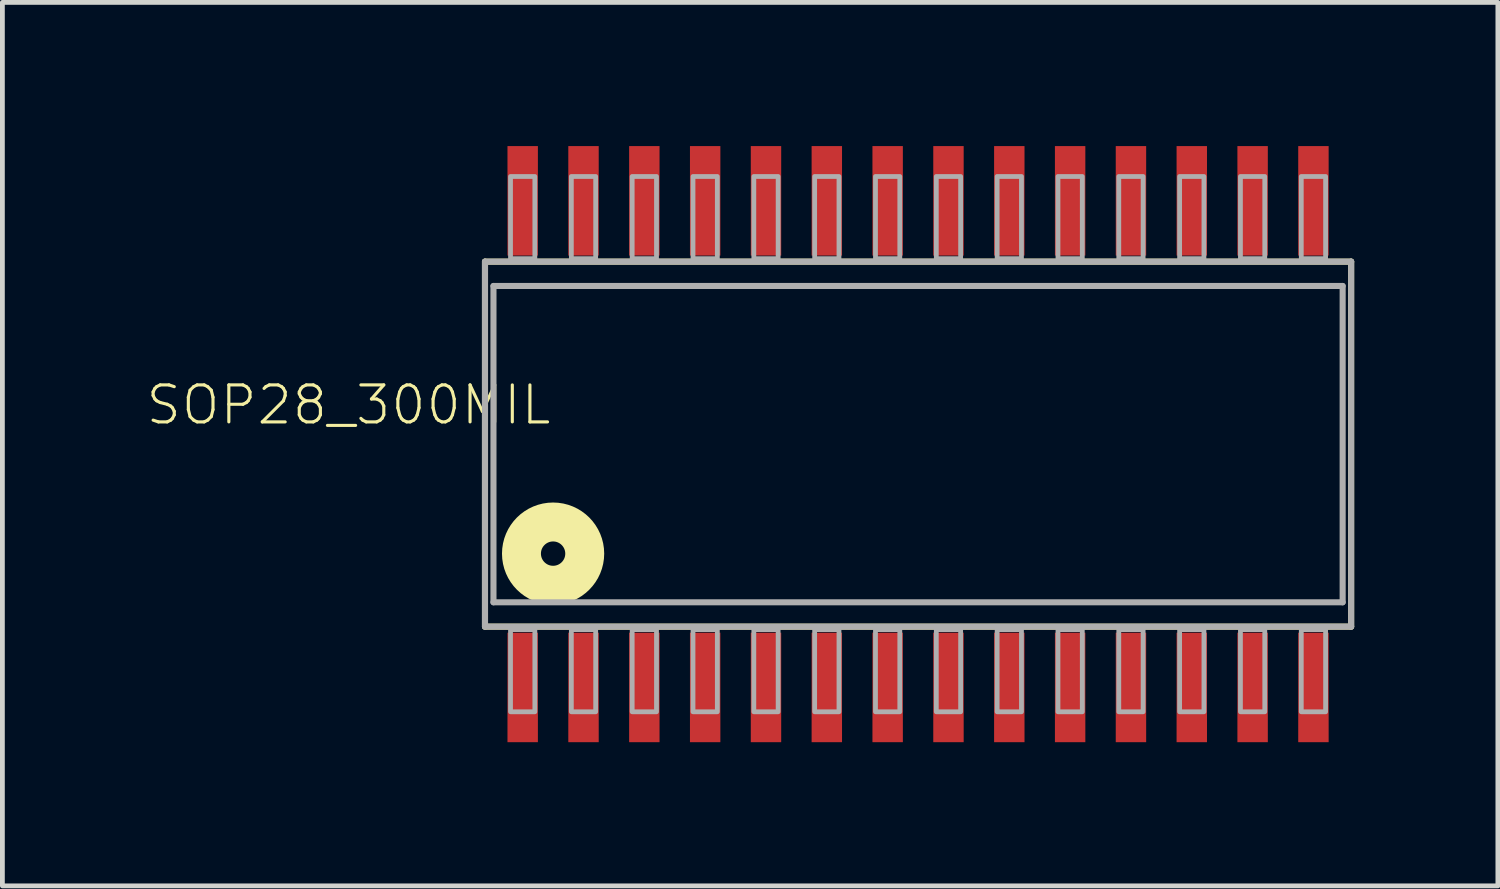
<source format=kicad_pcb>
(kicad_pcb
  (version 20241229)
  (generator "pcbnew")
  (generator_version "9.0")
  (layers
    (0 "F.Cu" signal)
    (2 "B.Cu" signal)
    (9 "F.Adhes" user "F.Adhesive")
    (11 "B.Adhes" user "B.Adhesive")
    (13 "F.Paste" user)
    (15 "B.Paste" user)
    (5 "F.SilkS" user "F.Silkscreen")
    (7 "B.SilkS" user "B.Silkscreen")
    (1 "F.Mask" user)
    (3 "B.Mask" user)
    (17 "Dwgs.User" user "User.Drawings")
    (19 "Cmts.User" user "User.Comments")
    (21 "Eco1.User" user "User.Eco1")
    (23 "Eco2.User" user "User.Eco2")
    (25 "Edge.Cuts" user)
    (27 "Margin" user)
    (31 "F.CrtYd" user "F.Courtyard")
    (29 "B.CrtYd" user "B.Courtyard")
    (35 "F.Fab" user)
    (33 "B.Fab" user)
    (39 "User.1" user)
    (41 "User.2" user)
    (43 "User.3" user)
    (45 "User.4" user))
  (footprint "SOP28_300MIL"
    (layer "F.Cu")
    (at 16.118 6.223)
    (property "Reference" "SOP28_300MIL" (at -7.62 -1.27 0) (layer "F.SilkS") (effects (font (size 0.772 0.772) (thickness 0.065)) (justify right top)))
    (attr through_hole)
    (fp_line (start -9.042 -3.81) (end -9.042 3.81) (stroke (width 0.127) (type solid)) (layer "F.SilkS"))
    (fp_line (start -9.042 3.81) (end 9.042 3.81) (stroke (width 0.127) (type solid)) (layer "F.SilkS"))
    (fp_line (start 9.042 -3.81) (end -9.042 -3.81) (stroke (width 0.127) (type solid)) (layer "F.SilkS"))
    (fp_line (start 9.042 3.81) (end 9.042 -3.81) (stroke (width 0.127) (type solid)) (layer "F.SilkS"))
    (fp_circle (center -7.62 2.286) (end -7.366 2.286) (stroke (width 0.813) (type solid)) (fill no) (layer "F.SilkS"))
    (fp_line (start -9.042 -3.81) (end -9.042 3.81) (stroke (width 0.127) (type solid)) (layer "F.Fab"))
    (fp_line (start -9.042 3.81) (end 9.042 3.81) (stroke (width 0.127) (type solid)) (layer "F.Fab"))
    (fp_line (start -8.865 -3.302) (end -8.865 3.302) (stroke (width 0.127) (type solid)) (layer "F.Fab"))
    (fp_line (start -8.865 3.302) (end 8.865 3.302) (stroke (width 0.127) (type solid)) (layer "F.Fab"))
    (fp_line (start 8.865 -3.302) (end -8.865 -3.302) (stroke (width 0.127) (type solid)) (layer "F.Fab"))
    (fp_line (start 8.865 3.302) (end 8.865 -3.302) (stroke (width 0.127) (type solid)) (layer "F.Fab"))
    (fp_line (start 9.042 -3.81) (end -9.042 -3.81) (stroke (width 0.127) (type solid)) (layer "F.Fab"))
    (fp_line (start 9.042 3.81) (end 9.042 -3.81) (stroke (width 0.127) (type solid)) (layer "F.Fab"))
    (fp_poly (pts (xy -8.509 5.588) (xy -8.001 5.588) (xy -8.001 3.873) (xy -8.509 3.873)) (stroke (width 0.1) (type solid)) (fill no) (layer "F.Fab"))
    (fp_poly (pts (xy -8.001 -5.588) (xy -8.509 -5.588) (xy -8.509 -3.873) (xy -8.001 -3.873)) (stroke (width 0.1) (type solid)) (fill no) (layer "F.Fab"))
    (fp_poly (pts (xy -7.239 5.588) (xy -6.731 5.588) (xy -6.731 3.873) (xy -7.239 3.873)) (stroke (width 0.1) (type solid)) (fill no) (layer "F.Fab"))
    (fp_poly (pts (xy -6.731 -5.588) (xy -7.239 -5.588) (xy -7.239 -3.873) (xy -6.731 -3.873)) (stroke (width 0.1) (type solid)) (fill no) (layer "F.Fab"))
    (fp_poly (pts (xy -5.969 5.588) (xy -5.461 5.588) (xy -5.461 3.873) (xy -5.969 3.873)) (stroke (width 0.1) (type solid)) (fill no) (layer "F.Fab"))
    (fp_poly (pts (xy -5.461 -5.588) (xy -5.969 -5.588) (xy -5.969 -3.873) (xy -5.461 -3.873)) (stroke (width 0.1) (type solid)) (fill no) (layer "F.Fab"))
    (fp_poly (pts (xy -4.699 5.588) (xy -4.191 5.588) (xy -4.191 3.873) (xy -4.699 3.873)) (stroke (width 0.1) (type solid)) (fill no) (layer "F.Fab"))
    (fp_poly (pts (xy -4.191 -5.588) (xy -4.699 -5.588) (xy -4.699 -3.873) (xy -4.191 -3.873)) (stroke (width 0.1) (type solid)) (fill no) (layer "F.Fab"))
    (fp_poly (pts (xy -3.429 5.588) (xy -2.921 5.588) (xy -2.921 3.873) (xy -3.429 3.873)) (stroke (width 0.1) (type solid)) (fill no) (layer "F.Fab"))
    (fp_poly (pts (xy -2.921 -5.588) (xy -3.429 -5.588) (xy -3.429 -3.873) (xy -2.921 -3.873)) (stroke (width 0.1) (type solid)) (fill no) (layer "F.Fab"))
    (fp_poly (pts (xy -2.159 5.588) (xy -1.651 5.588) (xy -1.651 3.873) (xy -2.159 3.873)) (stroke (width 0.1) (type solid)) (fill no) (layer "F.Fab"))
    (fp_poly (pts (xy -1.651 -5.588) (xy -2.159 -5.588) (xy -2.159 -3.873) (xy -1.651 -3.873)) (stroke (width 0.1) (type solid)) (fill no) (layer "F.Fab"))
    (fp_poly (pts (xy -0.889 5.588) (xy -0.381 5.588) (xy -0.381 3.873) (xy -0.889 3.873)) (stroke (width 0.1) (type solid)) (fill no) (layer "F.Fab"))
    (fp_poly (pts (xy -0.381 -5.588) (xy -0.889 -5.588) (xy -0.889 -3.873) (xy -0.381 -3.873)) (stroke (width 0.1) (type solid)) (fill no) (layer "F.Fab"))
    (fp_poly (pts (xy 0.381 5.588) (xy 0.889 5.588) (xy 0.889 3.873) (xy 0.381 3.873)) (stroke (width 0.1) (type solid)) (fill no) (layer "F.Fab"))
    (fp_poly (pts (xy 0.889 -5.588) (xy 0.381 -5.588) (xy 0.381 -3.873) (xy 0.889 -3.873)) (stroke (width 0.1) (type solid)) (fill no) (layer "F.Fab"))
    (fp_poly (pts (xy 1.651 5.588) (xy 2.159 5.588) (xy 2.159 3.873) (xy 1.651 3.873)) (stroke (width 0.1) (type solid)) (fill no) (layer "F.Fab"))
    (fp_poly (pts (xy 2.159 -5.588) (xy 1.651 -5.588) (xy 1.651 -3.873) (xy 2.159 -3.873)) (stroke (width 0.1) (type solid)) (fill no) (layer "F.Fab"))
    (fp_poly (pts (xy 2.921 5.588) (xy 3.429 5.588) (xy 3.429 3.873) (xy 2.921 3.873)) (stroke (width 0.1) (type solid)) (fill no) (layer "F.Fab"))
    (fp_poly (pts (xy 3.429 -5.588) (xy 2.921 -5.588) (xy 2.921 -3.873) (xy 3.429 -3.873)) (stroke (width 0.1) (type solid)) (fill no) (layer "F.Fab"))
    (fp_poly (pts (xy 4.191 5.588) (xy 4.699 5.588) (xy 4.699 3.873) (xy 4.191 3.873)) (stroke (width 0.1) (type solid)) (fill no) (layer "F.Fab"))
    (fp_poly (pts (xy 4.699 -5.588) (xy 4.191 -5.588) (xy 4.191 -3.873) (xy 4.699 -3.873)) (stroke (width 0.1) (type solid)) (fill no) (layer "F.Fab"))
    (fp_poly (pts (xy 5.461 5.588) (xy 5.969 5.588) (xy 5.969 3.873) (xy 5.461 3.873)) (stroke (width 0.1) (type solid)) (fill no) (layer "F.Fab"))
    (fp_poly (pts (xy 5.969 -5.588) (xy 5.461 -5.588) (xy 5.461 -3.873) (xy 5.969 -3.873)) (stroke (width 0.1) (type solid)) (fill no) (layer "F.Fab"))
    (fp_poly (pts (xy 6.731 5.588) (xy 7.239 5.588) (xy 7.239 3.873) (xy 6.731 3.873)) (stroke (width 0.1) (type solid)) (fill no) (layer "F.Fab"))
    (fp_poly (pts (xy 7.239 -5.588) (xy 6.731 -5.588) (xy 6.731 -3.873) (xy 7.239 -3.873)) (stroke (width 0.1) (type solid)) (fill no) (layer "F.Fab"))
    (fp_poly (pts (xy 8.001 5.588) (xy 8.509 5.588) (xy 8.509 3.873) (xy 8.001 3.873)) (stroke (width 0.1) (type solid)) (fill no) (layer "F.Fab"))
    (fp_poly (pts (xy 8.509 -5.588) (xy 8.001 -5.588) (xy 8.001 -3.873) (xy 8.509 -3.873)) (stroke (width 0.1) (type solid)) (fill no) (layer "F.Fab"))
    (pad "P$1" smd rect (at -8.255 5.08) (size 0.635 2.286) (layers "F.Cu" "F.Mask" "F.Paste"))
    (pad "P$2" smd rect (at -6.985 5.08) (size 0.635 2.286) (layers "F.Cu" "F.Mask" "F.Paste"))
    (pad "P$3" smd rect (at -5.715 5.08) (size 0.635 2.286) (layers "F.Cu" "F.Mask" "F.Paste"))
    (pad "P$4" smd rect (at -4.445 5.08) (size 0.635 2.286) (layers "F.Cu" "F.Mask" "F.Paste"))
    (pad "P$5" smd rect (at -3.175 5.08) (size 0.635 2.286) (layers "F.Cu" "F.Mask" "F.Paste"))
    (pad "P$6" smd rect (at -1.905 5.08) (size 0.635 2.286) (layers "F.Cu" "F.Mask" "F.Paste"))
    (pad "P$7" smd rect (at -0.635 5.08) (size 0.635 2.286) (layers "F.Cu" "F.Mask" "F.Paste"))
    (pad "P$8" smd rect (at 0.635 5.08) (size 0.635 2.286) (layers "F.Cu" "F.Mask" "F.Paste"))
    (pad "P$9" smd rect (at 1.905 5.08) (size 0.635 2.286) (layers "F.Cu" "F.Mask" "F.Paste"))
    (pad "P$10" smd rect (at 3.175 5.08) (size 0.635 2.286) (layers "F.Cu" "F.Mask" "F.Paste"))
    (pad "P$11" smd rect (at 4.445 5.08) (size 0.635 2.286) (layers "F.Cu" "F.Mask" "F.Paste"))
    (pad "P$12" smd rect (at 5.715 5.08) (size 0.635 2.286) (layers "F.Cu" "F.Mask" "F.Paste"))
    (pad "P$13" smd rect (at 6.985 5.08) (size 0.635 2.286) (layers "F.Cu" "F.Mask" "F.Paste"))
    (pad "P$14" smd rect (at 8.255 5.08) (size 0.635 2.286) (layers "F.Cu" "F.Mask" "F.Paste"))
    (pad "P$15" smd rect (at 8.255 -5.08 180) (size 0.635 2.286) (layers "F.Cu" "F.Mask" "F.Paste"))
    (pad "P$16" smd rect (at 6.985 -5.08 180) (size 0.635 2.286) (layers "F.Cu" "F.Mask" "F.Paste"))
    (pad "P$17" smd rect (at 5.715 -5.08 180) (size 0.635 2.286) (layers "F.Cu" "F.Mask" "F.Paste"))
    (pad "P$18" smd rect (at 4.445 -5.08 180) (size 0.635 2.286) (layers "F.Cu" "F.Mask" "F.Paste"))
    (pad "P$19" smd rect (at 3.175 -5.08 180) (size 0.635 2.286) (layers "F.Cu" "F.Mask" "F.Paste"))
    (pad "P$20" smd rect (at 1.905 -5.08 180) (size 0.635 2.286) (layers "F.Cu" "F.Mask" "F.Paste"))
    (pad "P$21" smd rect (at 0.635 -5.08 180) (size 0.635 2.286) (layers "F.Cu" "F.Mask" "F.Paste"))
    (pad "P$22" smd rect (at -0.635 -5.08 180) (size 0.635 2.286) (layers "F.Cu" "F.Mask" "F.Paste"))
    (pad "P$23" smd rect (at -1.905 -5.08 180) (size 0.635 2.286) (layers "F.Cu" "F.Mask" "F.Paste"))
    (pad "P$24" smd rect (at -3.175 -5.08 180) (size 0.635 2.286) (layers "F.Cu" "F.Mask" "F.Paste"))
    (pad "P$25" smd rect (at -4.445 -5.08 180) (size 0.635 2.286) (layers "F.Cu" "F.Mask" "F.Paste"))
    (pad "P$26" smd rect (at -5.715 -5.08 180) (size 0.635 2.286) (layers "F.Cu" "F.Mask" "F.Paste"))
    (pad "P$27" smd rect (at -6.985 -5.08 180) (size 0.635 2.286) (layers "F.Cu" "F.Mask" "F.Paste"))
    (pad "P$28" smd rect (at -8.255 -5.08 180) (size 0.635 2.286) (layers "F.Cu" "F.Mask" "F.Paste")))
  (gr_rect
    (start -3 -3)
    (end 28.224 15.446)
    (stroke (width 0.1) (type default))
    (fill no)
    (layer "Edge.Cuts")))
</source>
